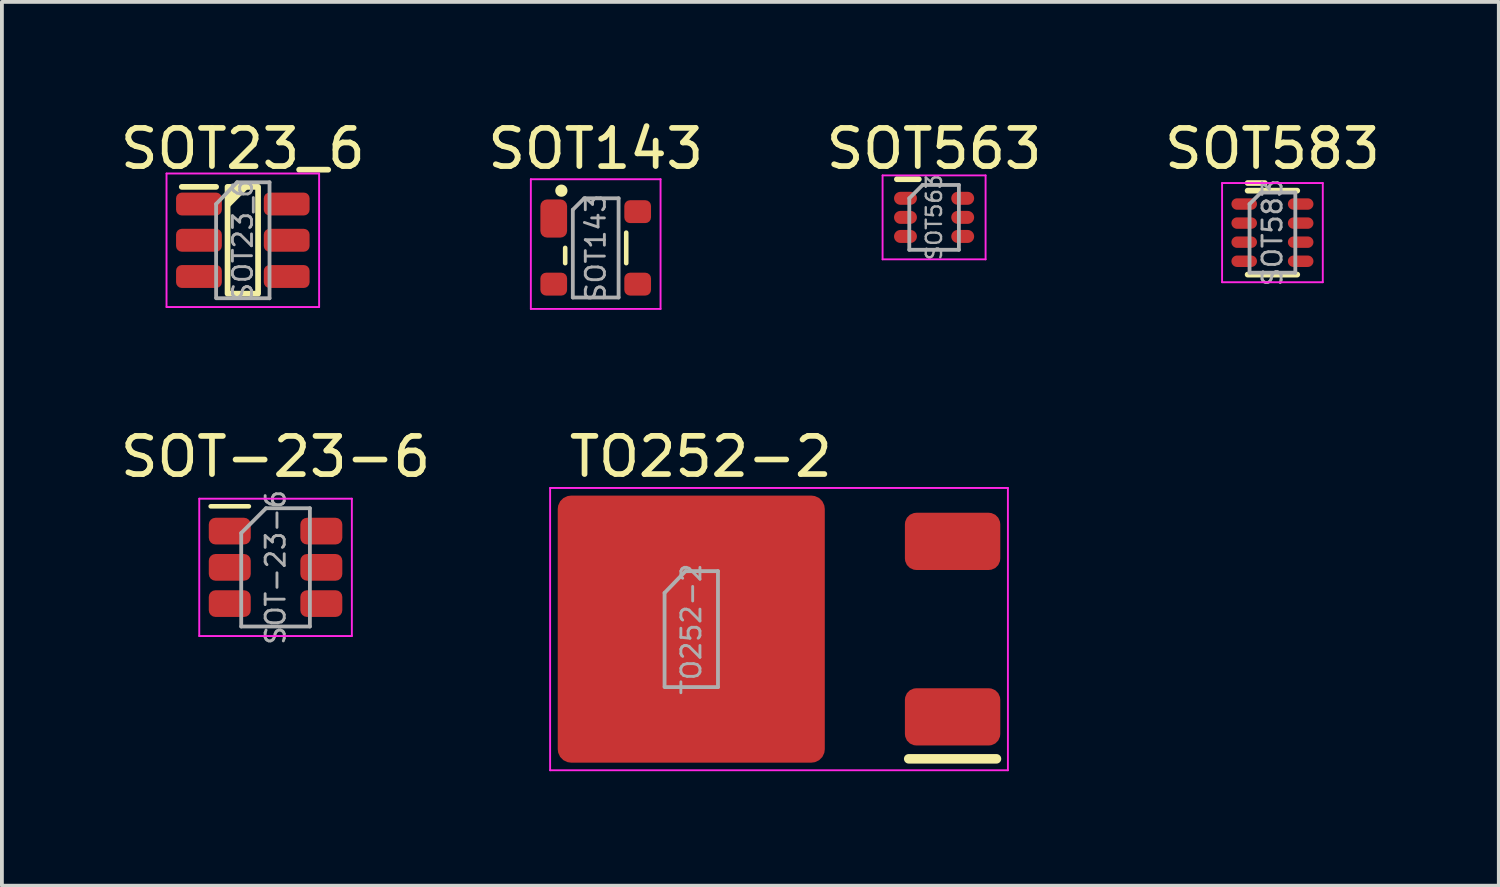
<source format=kicad_pcb>
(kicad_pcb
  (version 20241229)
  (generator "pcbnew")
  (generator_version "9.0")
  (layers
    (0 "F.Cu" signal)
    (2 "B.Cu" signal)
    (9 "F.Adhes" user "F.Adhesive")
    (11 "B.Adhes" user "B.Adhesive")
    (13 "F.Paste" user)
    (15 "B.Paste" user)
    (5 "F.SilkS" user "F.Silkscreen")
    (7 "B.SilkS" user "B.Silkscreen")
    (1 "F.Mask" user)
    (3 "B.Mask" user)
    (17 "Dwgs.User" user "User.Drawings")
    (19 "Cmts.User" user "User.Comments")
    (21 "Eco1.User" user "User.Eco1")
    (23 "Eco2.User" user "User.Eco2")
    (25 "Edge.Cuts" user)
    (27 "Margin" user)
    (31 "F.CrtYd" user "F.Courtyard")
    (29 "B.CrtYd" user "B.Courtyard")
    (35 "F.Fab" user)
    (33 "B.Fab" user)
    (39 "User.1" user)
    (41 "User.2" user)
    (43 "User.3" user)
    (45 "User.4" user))
  (footprint "TO252-2"
    (layer "F.Cu")
    (at 15.07 13.441)
    (property "Reference" "TO252-2" (at 0.25 -4.52 0) (layer "F.SilkS") (effects (font (size 1 1) (thickness 0.15))))
    (attr smd)
    (fp_line (start 5.7 3.4) (end 8 3.4) (stroke (width 0.25) (type solid)) (layer "F.SilkS"))
    (fp_line (start -3.7 -3.7) (end 8.3 -3.7) (stroke (width 0.05) (type solid)) (layer "F.CrtYd"))
    (fp_line (start -3.7 3.7) (end -3.7 -3.7) (stroke (width 0.05) (type solid)) (layer "F.CrtYd"))
    (fp_line (start 8.3 -3.7) (end 8.3 3.7) (stroke (width 0.05) (type solid)) (layer "F.CrtYd"))
    (fp_line (start 8.3 3.7) (end -3.7 3.7) (stroke (width 0.05) (type solid)) (layer "F.CrtYd"))
    (fp_line (start -0.7 -0.95) (end -0.7 1.5) (stroke (width 0.1) (type solid)) (layer "F.Fab"))
    (fp_line (start -0.7 -0.95) (end -0.15 -1.52) (stroke (width 0.1) (type solid)) (layer "F.Fab"))
    (fp_line (start -0.7 1.52) (end 0.7 1.52) (stroke (width 0.1) (type solid)) (layer "F.Fab"))
    (fp_line (start -0.15 -1.52) (end 0.7 -1.52) (stroke (width 0.1) (type solid)) (layer "F.Fab"))
    (fp_line (start 0.7 -1.52) (end 0.7 1.52) (stroke (width 0.1) (type solid)) (layer "F.Fab"))
    (fp_text user "${REFERENCE}" (at 0 0 90) (layer "F.Fab") (effects (font (size 0.5 0.5) (thickness 0.075))))
    (pad "1" smd roundrect (at 6.85 2.3) (size 2.5 1.5) (layers "F.Cu" "F.Mask" "F.Paste") (roundrect_rratio 0.2))
    (pad "2" smd roundrect (at 0 0) (size 7 7) (layers "F.Cu" "F.Mask" "F.Paste") (roundrect_rratio 0.05))
    (pad "3" smd roundrect (at 6.85 -2.3) (size 2.5 1.5) (layers "F.Cu" "F.Mask" "F.Paste") (roundrect_rratio 0.2)))
  (footprint "SOT583"
    (layer "F.Cu")
    (at 30.304 3.048)
    (property "Reference" "SOT583" (at 0 -2.2 0) (unlocked yes) (layer "F.SilkS") (effects (font (size 1 1) (thickness 0.15))))
    (attr smd)
    (fp_line (start -0.65 1.1) (end 0.65 1.1) (stroke (width 0.15) (type default)) (layer "F.SilkS"))
    (fp_line (start -0.2 -1.3) (end -0.65 -1.3) (stroke (width 0.15) (type default)) (layer "F.SilkS"))
    (fp_line (start 0.65 -1.1) (end -0.65 -1.1) (stroke (width 0.15) (type default)) (layer "F.SilkS"))
    (fp_line (start -1.32 -1.3) (end 1.32 -1.3) (stroke (width 0.05) (type default)) (layer "F.CrtYd"))
    (fp_line (start -1.32 1.3) (end -1.32 -1.3) (stroke (width 0.05) (type default)) (layer "F.CrtYd"))
    (fp_line (start 1.32 -1.3) (end 1.32 1.3) (stroke (width 0.05) (type default)) (layer "F.CrtYd"))
    (fp_line (start 1.32 1.3) (end -1.32 1.3) (stroke (width 0.05) (type default)) (layer "F.CrtYd"))
    (fp_line (start -0.6 -0.75) (end -0.6 1.05) (stroke (width 0.1) (type default)) (layer "F.Fab"))
    (fp_line (start -0.6 1.05) (end 0.6 1.05) (stroke (width 0.1) (type default)) (layer "F.Fab"))
    (fp_line (start -0.3 -1.05) (end -0.6 -0.75) (stroke (width 0.1) (type default)) (layer "F.Fab"))
    (fp_line (start 0.6 -1.05) (end -0.3 -1.05) (stroke (width 0.1) (type default)) (layer "F.Fab"))
    (fp_line (start 0.6 -1.05) (end 0.6 1.05) (stroke (width 0.1) (type default)) (layer "F.Fab"))
    (fp_text user "${REFERENCE}" (at 0 0 90) (unlocked yes) (layer "F.Fab") (effects (font (size 0.5 0.5) (thickness 0.075))))
    (pad "1" smd oval (at -0.74 -0.75) (size 0.67 0.3) (layers "F.Cu" "F.Mask" "F.Paste"))
    (pad "2" smd oval (at -0.74 -0.25) (size 0.67 0.3) (layers "F.Cu" "F.Mask" "F.Paste"))
    (pad "3" smd oval (at -0.74 0.25) (size 0.67 0.3) (layers "F.Cu" "F.Mask" "F.Paste"))
    (pad "4" smd oval (at -0.74 0.75) (size 0.67 0.3) (layers "F.Cu" "F.Mask" "F.Paste"))
    (pad "5" smd oval (at 0.74 0.75) (size 0.67 0.3) (layers "F.Cu" "F.Mask" "F.Paste"))
    (pad "6" smd oval (at 0.74 0.25) (size 0.67 0.3) (layers "F.Cu" "F.Mask" "F.Paste"))
    (pad "7" smd oval (at 0.74 -0.25) (size 0.67 0.3) (layers "F.Cu" "F.Mask" "F.Paste"))
    (pad "8" smd oval (at 0.74 -0.75) (size 0.67 0.3) (layers "F.Cu" "F.Mask" "F.Paste")))
  (footprint "SOT23_6"
    (layer "F.Cu")
    (at 3.315 3.248)
    (property "Reference" "SOT23_6" (at 0 -2.4 0) (layer "F.SilkS") (effects (font (size 1 1) (thickness 0.15))))
    (attr smd)
    (fp_line (start -1.6 -1.4) (end -0.7 -1.4) (stroke (width 0.15) (type solid)) (layer "F.SilkS"))
    (fp_rect (start -0.4 1.4) (end 0.4 -1.4) (stroke (width 0.15) (type solid)) (fill no) (layer "F.SilkS"))
    (fp_poly (pts (xy -0.4 -0.9) (xy -0.4 -1.4) (xy 0.1 -1.4)) (stroke (width 0.12) (type solid)) (fill yes) (layer "F.SilkS"))
    (fp_line (start -2 -1.75) (end 2 -1.75) (stroke (width 0.05) (type solid)) (layer "F.CrtYd"))
    (fp_line (start -2 1.75) (end -2 -1.75) (stroke (width 0.05) (type solid)) (layer "F.CrtYd"))
    (fp_line (start 2 -1.75) (end 2 1.75) (stroke (width 0.05) (type solid)) (layer "F.CrtYd"))
    (fp_line (start 2 1.75) (end -2 1.75) (stroke (width 0.05) (type solid)) (layer "F.CrtYd"))
    (fp_line (start -0.7 -0.95) (end -0.7 1.5) (stroke (width 0.1) (type solid)) (layer "F.Fab"))
    (fp_line (start -0.7 -0.95) (end -0.15 -1.52) (stroke (width 0.1) (type solid)) (layer "F.Fab"))
    (fp_line (start -0.7 1.52) (end 0.7 1.52) (stroke (width 0.1) (type solid)) (layer "F.Fab"))
    (fp_line (start -0.15 -1.52) (end 0.7 -1.52) (stroke (width 0.1) (type solid)) (layer "F.Fab"))
    (fp_line (start 0.7 -1.52) (end 0.7 1.52) (stroke (width 0.1) (type solid)) (layer "F.Fab"))
    (fp_text user "${REFERENCE}" (at 0 0 90) (layer "F.Fab") (effects (font (size 0.5 0.5) (thickness 0.075))))
    (pad "1" smd roundrect (at -1.15 -0.95) (size 1.2 0.6) (layers "F.Cu" "F.Mask" "F.Paste") (roundrect_rratio 0.25))
    (pad "2" smd roundrect (at -1.15 0) (size 1.2 0.6) (layers "F.Cu" "F.Mask" "F.Paste") (roundrect_rratio 0.25))
    (pad "3" smd roundrect (at -1.15 0.95) (size 1.2 0.6) (layers "F.Cu" "F.Mask" "F.Paste") (roundrect_rratio 0.25))
    (pad "4" smd roundrect (at 1.15 0.95) (size 1.2 0.6) (layers "F.Cu" "F.Mask" "F.Paste") (roundrect_rratio 0.25))
    (pad "5" smd roundrect (at 1.15 0) (size 1.2 0.6) (layers "F.Cu" "F.Mask" "F.Paste") (roundrect_rratio 0.25))
    (pad "6" smd roundrect (at 1.15 -0.95) (size 1.2 0.6) (layers "F.Cu" "F.Mask" "F.Paste") (roundrect_rratio 0.25)))
  (footprint "SOT-23-6"
    (layer "F.Cu")
    (at 4.173 11.822)
    (property "Reference" "SOT-23-6" (at 0 -2.9 0) (layer "F.SilkS") (effects (font (size 1 1) (thickness 0.15))))
    (attr smd)
    (fp_line (start -0.7 -1.6) (end -1.7 -1.6) (stroke (width 0.12) (type solid)) (layer "F.SilkS"))
    (fp_line (start -2 -1.8) (end -2 1.8) (stroke (width 0.05) (type solid)) (layer "F.CrtYd"))
    (fp_line (start -2 1.8) (end 2 1.8) (stroke (width 0.05) (type solid)) (layer "F.CrtYd"))
    (fp_line (start 2 -1.8) (end -2 -1.8) (stroke (width 0.05) (type solid)) (layer "F.CrtYd"))
    (fp_line (start 2 1.8) (end 2 -1.8) (stroke (width 0.05) (type solid)) (layer "F.CrtYd"))
    (fp_line (start -0.9 -0.9) (end -0.9 1.55) (stroke (width 0.1) (type solid)) (layer "F.Fab"))
    (fp_line (start -0.9 -0.9) (end -0.25 -1.55) (stroke (width 0.1) (type solid)) (layer "F.Fab"))
    (fp_line (start 0.9 -1.55) (end -0.25 -1.55) (stroke (width 0.1) (type solid)) (layer "F.Fab"))
    (fp_line (start 0.9 -1.55) (end 0.9 1.55) (stroke (width 0.1) (type solid)) (layer "F.Fab"))
    (fp_line (start 0.9 1.55) (end -0.9 1.55) (stroke (width 0.1) (type solid)) (layer "F.Fab"))
    (fp_text user "${REFERENCE}" (at 0 0 90) (layer "F.Fab") (effects (font (size 0.5 0.5) (thickness 0.075))))
    (pad "1" smd roundrect (at -1.2 -0.95) (size 1.1 0.7) (layers "F.Cu" "F.Mask" "F.Paste") (roundrect_rratio 0.25))
    (pad "2" smd roundrect (at -1.2 0) (size 1.1 0.7) (layers "F.Cu" "F.Mask" "F.Paste") (roundrect_rratio 0.25))
    (pad "3" smd roundrect (at -1.2 0.95) (size 1.1 0.7) (layers "F.Cu" "F.Mask" "F.Paste") (roundrect_rratio 0.25))
    (pad "4" smd roundrect (at 1.2 0.95) (size 1.1 0.7) (layers "F.Cu" "F.Mask" "F.Paste") (roundrect_rratio 0.25))
    (pad "5" smd roundrect (at 1.2 0) (size 1.1 0.7) (layers "F.Cu" "F.Mask" "F.Paste") (roundrect_rratio 0.25))
    (pad "6" smd roundrect (at 1.2 -0.95) (size 1.1 0.7) (layers "F.Cu" "F.Mask" "F.Paste") (roundrect_rratio 0.25)))
  (footprint "SOT143"
    (layer "F.Cu")
    (at 12.565 3.448)
    (property "Reference" "SOT143" (at 0 -2.6 0) (unlocked yes) (layer "F.SilkS") (effects (font (size 1 1) (thickness 0.15))))
    (attr smd)
    (fp_line (start -0.8 0.4) (end -0.8 0) (stroke (width 0.12) (type solid)) (layer "F.SilkS"))
    (fp_line (start 0.8 0.4) (end 0.8 -0.4) (stroke (width 0.12) (type solid)) (layer "F.SilkS"))
    (fp_circle (center -0.9 -1.5) (end -0.8 -1.5) (stroke (width 0.12) (type solid)) (fill yes) (layer "F.SilkS"))
    (fp_line (start -1.7 1.6) (end -1.7 -1.8) (stroke (width 0.05) (type solid)) (layer "F.CrtYd"))
    (fp_line (start -1.7 1.6) (end 1.7 1.6) (stroke (width 0.05) (type solid)) (layer "F.CrtYd"))
    (fp_line (start 1.7 -1.8) (end -1.7 -1.8) (stroke (width 0.05) (type solid)) (layer "F.CrtYd"))
    (fp_line (start 1.7 -1.8) (end 1.7 1.6) (stroke (width 0.05) (type solid)) (layer "F.CrtYd"))
    (fp_line (start -0.6 -1) (end -0.6 1.3) (stroke (width 0.1) (type solid)) (layer "F.Fab"))
    (fp_line (start -0.6 -1) (end -0.3 -1.3) (stroke (width 0.1) (type solid)) (layer "F.Fab"))
    (fp_line (start -0.6 1.3) (end 0.6 1.3) (stroke (width 0.1) (type solid)) (layer "F.Fab"))
    (fp_line (start -0.3 -1.3) (end 0.6 -1.3) (stroke (width 0.1) (type solid)) (layer "F.Fab"))
    (fp_line (start 0.6 1.3) (end 0.6 -1.3) (stroke (width 0.1) (type solid)) (layer "F.Fab"))
    (fp_text user "${REFERENCE}" (at 0 0 90) (layer "F.Fab") (effects (font (size 0.5 0.5) (thickness 0.075))))
    (pad "1" smd roundrect (at -1.1 -0.77 270) (size 1 0.7) (layers "F.Cu" "F.Mask" "F.Paste") (roundrect_rratio 0.25))
    (pad "2" smd roundrect (at -1.1 0.95 270) (size 0.6 0.7) (layers "F.Cu" "F.Mask" "F.Paste") (roundrect_rratio 0.25))
    (pad "3" smd roundrect (at 1.1 0.95 270) (size 0.6 0.7) (layers "F.Cu" "F.Mask" "F.Paste") (roundrect_rratio 0.25))
    (pad "4" smd roundrect (at 1.1 -0.95 270) (size 0.6 0.7) (layers "F.Cu" "F.Mask" "F.Paste") (roundrect_rratio 0.25)))
  (footprint "SOT563"
    (layer "F.Cu")
    (at 21.435 2.648)
    (property "Reference" "SOT563" (at 0 -1.8 0) (unlocked yes) (layer "F.SilkS") (effects (font (size 1 1) (thickness 0.15))))
    (attr smd)
    (fp_line (start -0.4 -1) (end -0.975 -1) (stroke (width 0.15) (type solid)) (layer "F.SilkS"))
    (fp_line (start -1.35 -1.1) (end -1.35 1.1) (stroke (width 0.05) (type solid)) (layer "F.CrtYd"))
    (fp_line (start -1.35 -1.1) (end 1.35 -1.1) (stroke (width 0.05) (type solid)) (layer "F.CrtYd"))
    (fp_line (start 1.35 1.1) (end -1.35 1.1) (stroke (width 0.05) (type solid)) (layer "F.CrtYd"))
    (fp_line (start 1.35 1.1) (end 1.35 -1.1) (stroke (width 0.05) (type solid)) (layer "F.CrtYd"))
    (fp_line (start -0.65 -0.5) (end -0.65 0.85) (stroke (width 0.1) (type solid)) (layer "F.Fab"))
    (fp_line (start -0.65 -0.5) (end -0.3 -0.85) (stroke (width 0.1) (type solid)) (layer "F.Fab"))
    (fp_line (start -0.65 0.85) (end 0.65 0.85) (stroke (width 0.1) (type solid)) (layer "F.Fab"))
    (fp_line (start 0.65 -0.85) (end -0.3 -0.85) (stroke (width 0.1) (type solid)) (layer "F.Fab"))
    (fp_line (start 0.65 0.85) (end 0.65 -0.85) (stroke (width 0.1) (type solid)) (layer "F.Fab"))
    (fp_text user "${REFERENCE}" (at 0 0 90) (layer "F.Fab") (effects (font (size 0.4 0.4) (thickness 0.062))))
    (pad "1" smd oval (at -0.75 -0.5) (size 0.6 0.34) (layers "F.Cu" "F.Mask" "F.Paste"))
    (pad "2" smd oval (at -0.75 0) (size 0.6 0.34) (layers "F.Cu" "F.Mask" "F.Paste"))
    (pad "3" smd oval (at -0.75 0.5) (size 0.6 0.34) (layers "F.Cu" "F.Mask" "F.Paste"))
    (pad "4" smd oval (at 0.75 0.5) (size 0.6 0.34) (layers "F.Cu" "F.Mask" "F.Paste"))
    (pad "5" smd oval (at 0.75 0) (size 0.6 0.34) (layers "F.Cu" "F.Mask" "F.Paste"))
    (pad "6" smd oval (at 0.75 -0.5) (size 0.6 0.34) (layers "F.Cu" "F.Mask" "F.Paste")))
  (gr_rect
    (start -3 -3)
    (end 36.238 20.166)
    (stroke (width 0.1) (type default))
    (fill no)
    (layer "Edge.Cuts")))
</source>
